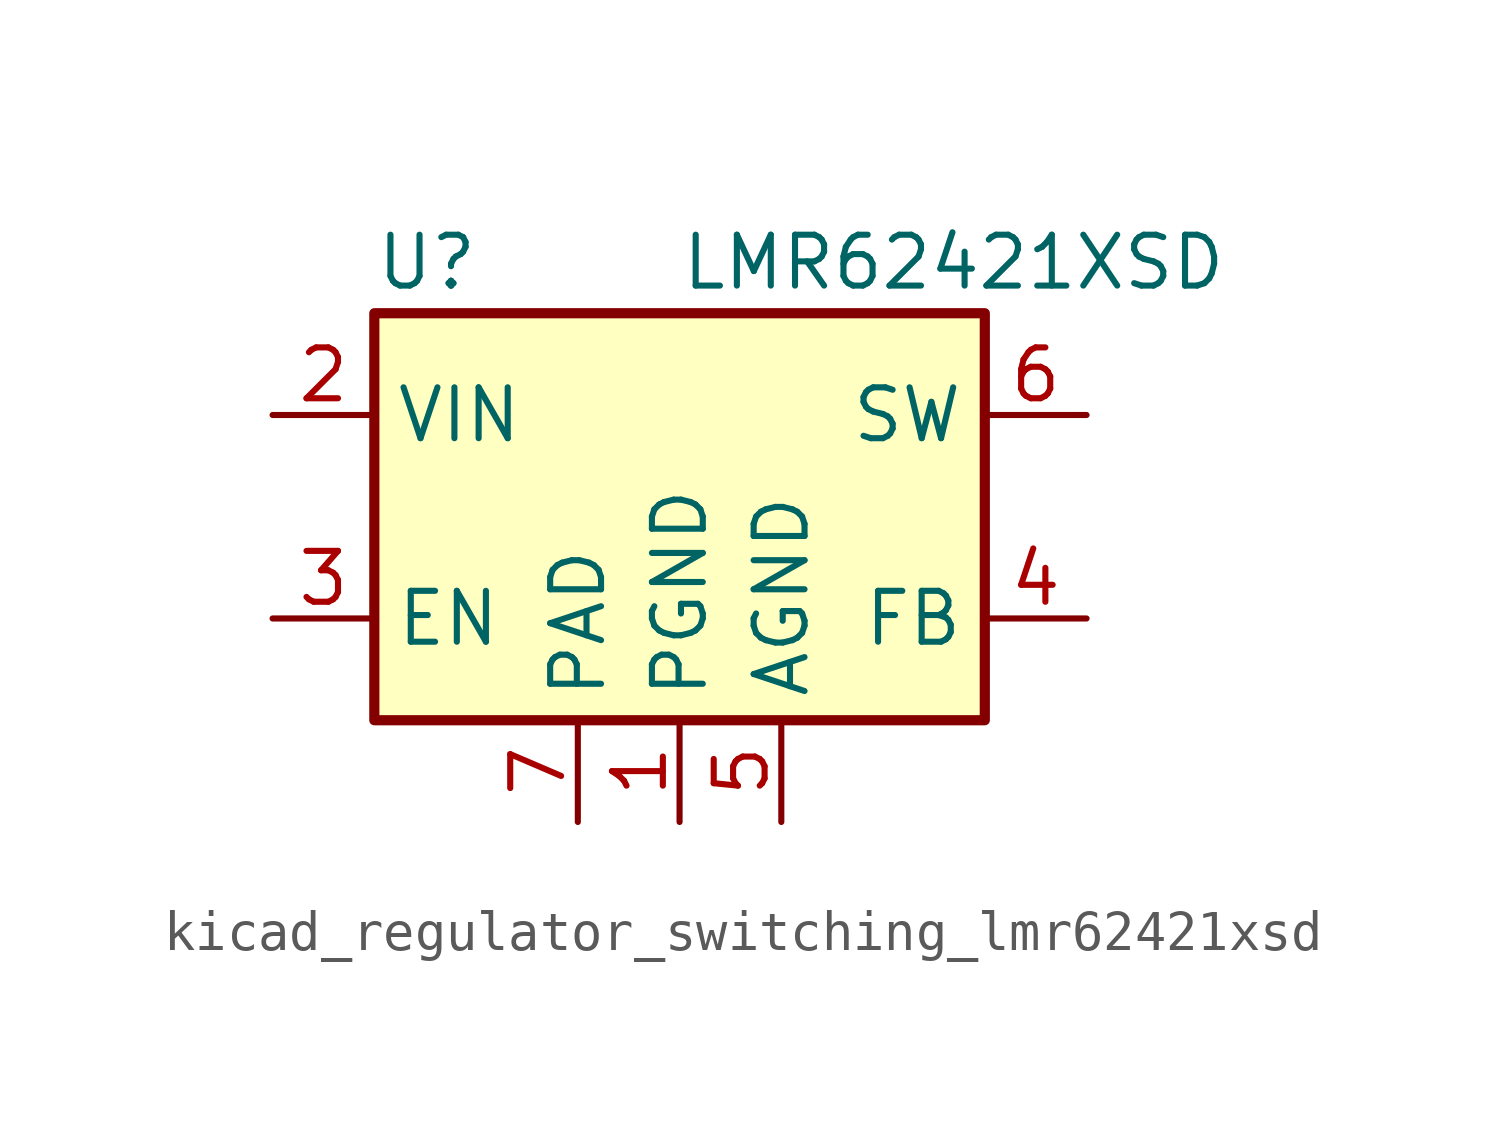
<source format=kicad_sym>
(kicad_symbol_lib
  (version 20220914)
  (generator kicad_symbol_editor)
  (symbol "kicad_regulator_switching_lmr62421xsd"
    (property "Reference" "U"
      (at -7.62 6.35 0)
      (effects (font (size 1.27 1.27)) (justify left)))
    (property "Value" "LMR62421XSD"
      (at 0 6.35 0)
      (effects (font (size 1.27 1.27)) (justify left)))
    (symbol "kicad_regulator_switching_lmr62421xsd_0_1"
      (rectangle (start -7.62 5.08) (end 7.62 -5.08) (stroke (width 0.254) (type default)) (fill (type background))))
    (symbol "kicad_regulator_switching_lmr62421xsd_1_1"
      (pin power_in line (at 0 -7.62 90) (length 2.54) (name "PGND" (effects (font (size 1.27 1.27)))) (number "1" (effects (font (size 1.27 1.27)))))
      (pin power_in line (at -10.16 2.54 0) (length 2.54) (name "VIN" (effects (font (size 1.27 1.27)))) (number "2" (effects (font (size 1.27 1.27)))))
      (pin input line (at -10.16 -2.54 0) (length 2.54) (name "EN" (effects (font (size 1.27 1.27)))) (number "3" (effects (font (size 1.27 1.27)))))
      (pin input line (at 10.16 -2.54 180) (length 2.54) (name "FB" (effects (font (size 1.27 1.27)))) (number "4" (effects (font (size 1.27 1.27)))))
      (pin input line (at 2.54 -7.62 90) (length 2.54) (name "AGND" (effects (font (size 1.27 1.27)))) (number "5" (effects (font (size 1.27 1.27)))))
      (pin output line (at 10.16 2.54 180) (length 2.54) (name "SW" (effects (font (size 1.27 1.27)))) (number "6" (effects (font (size 1.27 1.27)))))
      (pin passive line (at -2.54 -7.62 90) (length 2.54) (name "PAD" (effects (font (size 1.27 1.27)))) (number "7" (effects (font (size 1.27 1.27))))))))
</source>
